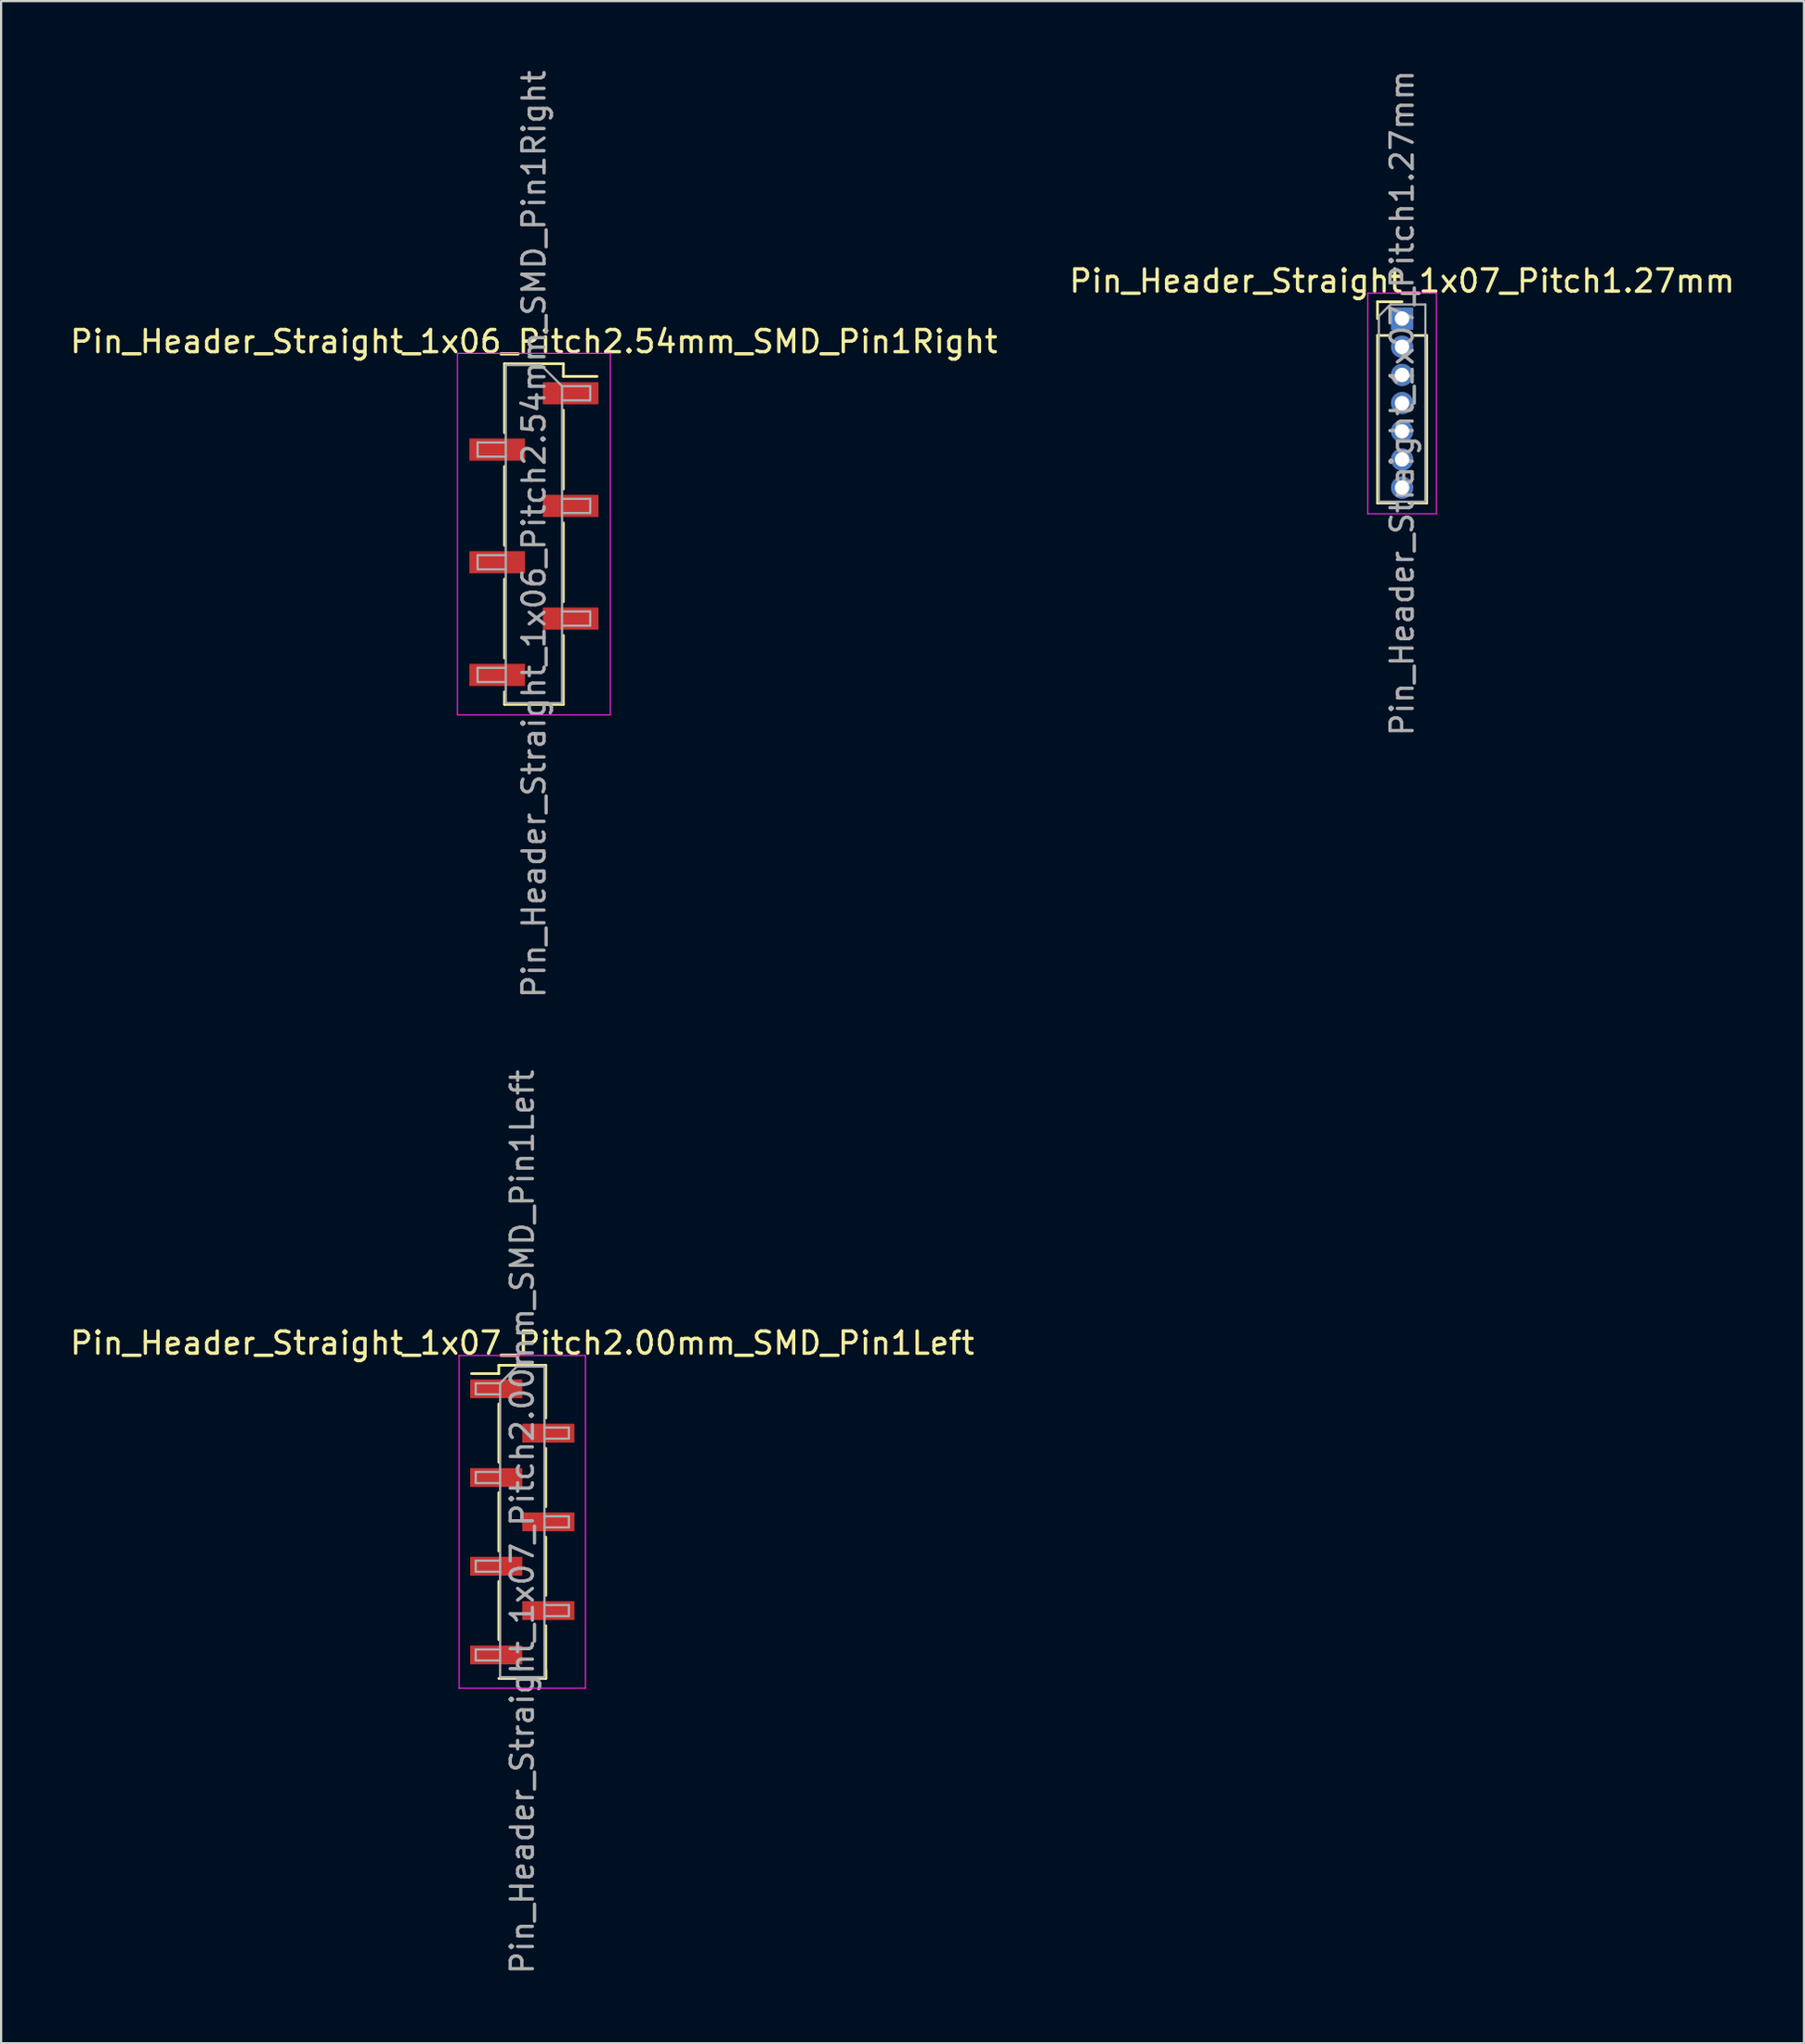
<source format=kicad_pcb>
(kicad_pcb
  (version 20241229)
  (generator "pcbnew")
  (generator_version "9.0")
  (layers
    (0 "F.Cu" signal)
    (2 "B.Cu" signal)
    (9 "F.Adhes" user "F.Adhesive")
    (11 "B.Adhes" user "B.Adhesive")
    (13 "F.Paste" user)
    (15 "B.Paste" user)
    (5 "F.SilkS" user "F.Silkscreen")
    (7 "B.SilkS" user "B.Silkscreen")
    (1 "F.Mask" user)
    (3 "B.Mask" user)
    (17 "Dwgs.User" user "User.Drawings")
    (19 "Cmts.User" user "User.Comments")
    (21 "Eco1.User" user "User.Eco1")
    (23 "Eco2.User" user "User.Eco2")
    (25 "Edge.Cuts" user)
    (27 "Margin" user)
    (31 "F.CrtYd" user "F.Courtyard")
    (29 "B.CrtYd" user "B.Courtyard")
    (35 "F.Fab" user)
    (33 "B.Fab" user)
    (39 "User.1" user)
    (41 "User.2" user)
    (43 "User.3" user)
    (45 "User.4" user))
  (footprint "Pin_Header_Straight_1x06_Pitch2.54mm_SMD_Pin1Right"
    (layer "F.Cu")
    (at 21.03 21.03)
    (property "Reference" "Pin_Header_Straight_1x06_Pitch2.54mm_SMD_Pin1Right" (at 0 -8.68 0) (layer "F.SilkS") (effects (font (size 1 1) (thickness 0.15))))
    (attr smd)
    (fp_line (start -1.33 -7.68) (end -1.33 -4.57) (stroke (width 0.12) (type solid)) (layer "F.SilkS"))
    (fp_line (start -1.33 -7.68) (end 1.33 -7.68) (stroke (width 0.12) (type solid)) (layer "F.SilkS"))
    (fp_line (start -1.33 -3.05) (end -1.33 0.51) (stroke (width 0.12) (type solid)) (layer "F.SilkS"))
    (fp_line (start -1.33 2.03) (end -1.33 5.59) (stroke (width 0.12) (type solid)) (layer "F.SilkS"))
    (fp_line (start -1.33 7.11) (end -1.33 7.68) (stroke (width 0.12) (type solid)) (layer "F.SilkS"))
    (fp_line (start -1.33 7.68) (end 1.33 7.68) (stroke (width 0.12) (type solid)) (layer "F.SilkS"))
    (fp_line (start 1.33 -7.68) (end 1.33 -7.11) (stroke (width 0.12) (type solid)) (layer "F.SilkS"))
    (fp_line (start 1.33 -7.11) (end 2.85 -7.11) (stroke (width 0.12) (type solid)) (layer "F.SilkS"))
    (fp_line (start 1.33 -5.59) (end 1.33 -2.03) (stroke (width 0.12) (type solid)) (layer "F.SilkS"))
    (fp_line (start 1.33 -0.51) (end 1.33 3.05) (stroke (width 0.12) (type solid)) (layer "F.SilkS"))
    (fp_line (start 1.33 4.57) (end 1.33 7.68) (stroke (width 0.12) (type solid)) (layer "F.SilkS"))
    (fp_line (start -3.45 -8.15) (end -3.45 8.15) (stroke (width 0.05) (type solid)) (layer "F.CrtYd"))
    (fp_line (start -3.45 8.15) (end 3.45 8.15) (stroke (width 0.05) (type solid)) (layer "F.CrtYd"))
    (fp_line (start 3.45 -8.15) (end -3.45 -8.15) (stroke (width 0.05) (type solid)) (layer "F.CrtYd"))
    (fp_line (start 3.45 8.15) (end 3.45 -8.15) (stroke (width 0.05) (type solid)) (layer "F.CrtYd"))
    (fp_line (start -2.54 -4.13) (end -2.54 -3.49) (stroke (width 0.1) (type solid)) (layer "F.Fab"))
    (fp_line (start -2.54 -3.49) (end -1.27 -3.49) (stroke (width 0.1) (type solid)) (layer "F.Fab"))
    (fp_line (start -2.54 0.95) (end -2.54 1.59) (stroke (width 0.1) (type solid)) (layer "F.Fab"))
    (fp_line (start -2.54 1.59) (end -1.27 1.59) (stroke (width 0.1) (type solid)) (layer "F.Fab"))
    (fp_line (start -2.54 6.03) (end -2.54 6.67) (stroke (width 0.1) (type solid)) (layer "F.Fab"))
    (fp_line (start -2.54 6.67) (end -1.27 6.67) (stroke (width 0.1) (type solid)) (layer "F.Fab"))
    (fp_line (start -1.27 -7.62) (end -1.27 7.62) (stroke (width 0.1) (type solid)) (layer "F.Fab"))
    (fp_line (start -1.27 -7.62) (end 0.32 -7.62) (stroke (width 0.1) (type solid)) (layer "F.Fab"))
    (fp_line (start -1.27 -4.13) (end -2.54 -4.13) (stroke (width 0.1) (type solid)) (layer "F.Fab"))
    (fp_line (start -1.27 0.95) (end -2.54 0.95) (stroke (width 0.1) (type solid)) (layer "F.Fab"))
    (fp_line (start -1.27 6.03) (end -2.54 6.03) (stroke (width 0.1) (type solid)) (layer "F.Fab"))
    (fp_line (start 1.27 -6.67) (end 0.32 -7.62) (stroke (width 0.1) (type solid)) (layer "F.Fab"))
    (fp_line (start 1.27 -6.67) (end 2.54 -6.67) (stroke (width 0.1) (type solid)) (layer "F.Fab"))
    (fp_line (start 1.27 -1.59) (end 2.54 -1.59) (stroke (width 0.1) (type solid)) (layer "F.Fab"))
    (fp_line (start 1.27 3.49) (end 2.54 3.49) (stroke (width 0.1) (type solid)) (layer "F.Fab"))
    (fp_line (start 1.27 7.62) (end -1.27 7.62) (stroke (width 0.1) (type solid)) (layer "F.Fab"))
    (fp_line (start 1.27 7.62) (end 1.27 -6.67) (stroke (width 0.1) (type solid)) (layer "F.Fab"))
    (fp_line (start 2.54 -6.67) (end 2.54 -6.03) (stroke (width 0.1) (type solid)) (layer "F.Fab"))
    (fp_line (start 2.54 -6.03) (end 1.27 -6.03) (stroke (width 0.1) (type solid)) (layer "F.Fab"))
    (fp_line (start 2.54 -1.59) (end 2.54 -0.95) (stroke (width 0.1) (type solid)) (layer "F.Fab"))
    (fp_line (start 2.54 -0.95) (end 1.27 -0.95) (stroke (width 0.1) (type solid)) (layer "F.Fab"))
    (fp_line (start 2.54 3.49) (end 2.54 4.13) (stroke (width 0.1) (type solid)) (layer "F.Fab"))
    (fp_line (start 2.54 4.13) (end 1.27 4.13) (stroke (width 0.1) (type solid)) (layer "F.Fab"))
    (fp_text user "${REFERENCE}" (at 0 0 90) (layer "F.Fab") (effects (font (size 1 1) (thickness 0.15))))
    (pad "1" smd rect (at 1.655 -6.35) (size 2.51 1) (layers "F.Cu" "F.Mask" "F.Paste"))
    (pad "2" smd rect (at -1.655 -3.81) (size 2.51 1) (layers "F.Cu" "F.Mask" "F.Paste"))
    (pad "3" smd rect (at 1.655 -1.27) (size 2.51 1) (layers "F.Cu" "F.Mask" "F.Paste"))
    (pad "4" smd rect (at -1.655 1.27) (size 2.51 1) (layers "F.Cu" "F.Mask" "F.Paste"))
    (pad "5" smd rect (at 1.655 3.81) (size 2.51 1) (layers "F.Cu" "F.Mask" "F.Paste"))
    (pad "6" smd rect (at -1.655 6.35) (size 2.51 1) (layers "F.Cu" "F.Mask" "F.Paste")))
  (footprint "Pin_Header_Straight_1x07_Pitch2.00mm_SMD_Pin1Left"
    (layer "F.Cu")
    (at 20.506 65.565)
    (property "Reference" "Pin_Header_Straight_1x07_Pitch2.00mm_SMD_Pin1Left" (at 0 -8.06 0) (layer "F.SilkS") (effects (font (size 1 1) (thickness 0.15))))
    (attr smd)
    (fp_line (start -1.06 -7.06) (end -1.06 -6.685) (stroke (width 0.12) (type solid)) (layer "F.SilkS"))
    (fp_line (start -1.06 -7.06) (end 1.06 -7.06) (stroke (width 0.12) (type solid)) (layer "F.SilkS"))
    (fp_line (start -1.06 -6.685) (end -2.29 -6.685) (stroke (width 0.12) (type solid)) (layer "F.SilkS"))
    (fp_line (start -1.06 -5.315) (end -1.06 -2.685) (stroke (width 0.12) (type solid)) (layer "F.SilkS"))
    (fp_line (start -1.06 -1.315) (end -1.06 1.315) (stroke (width 0.12) (type solid)) (layer "F.SilkS"))
    (fp_line (start -1.06 2.685) (end -1.06 5.315) (stroke (width 0.12) (type solid)) (layer "F.SilkS"))
    (fp_line (start -1.06 7.06) (end 1.06 7.06) (stroke (width 0.12) (type solid)) (layer "F.SilkS"))
    (fp_line (start 1.06 -7.06) (end 1.06 -4.685) (stroke (width 0.12) (type solid)) (layer "F.SilkS"))
    (fp_line (start 1.06 -3.315) (end 1.06 -0.685) (stroke (width 0.12) (type solid)) (layer "F.SilkS"))
    (fp_line (start 1.06 0.685) (end 1.06 3.315) (stroke (width 0.12) (type solid)) (layer "F.SilkS"))
    (fp_line (start 1.06 4.685) (end 1.06 7.06) (stroke (width 0.12) (type solid)) (layer "F.SilkS"))
    (fp_line (start 1.06 6.685) (end 1.06 7.06) (stroke (width 0.12) (type solid)) (layer "F.SilkS"))
    (fp_line (start -2.85 -7.5) (end -2.85 7.5) (stroke (width 0.05) (type solid)) (layer "F.CrtYd"))
    (fp_line (start -2.85 7.5) (end 2.85 7.5) (stroke (width 0.05) (type solid)) (layer "F.CrtYd"))
    (fp_line (start 2.85 -7.5) (end -2.85 -7.5) (stroke (width 0.05) (type solid)) (layer "F.CrtYd"))
    (fp_line (start 2.85 7.5) (end 2.85 -7.5) (stroke (width 0.05) (type solid)) (layer "F.CrtYd"))
    (fp_line (start -2.1 -6.25) (end -2.1 -5.75) (stroke (width 0.1) (type solid)) (layer "F.Fab"))
    (fp_line (start -2.1 -5.75) (end -1 -5.75) (stroke (width 0.1) (type solid)) (layer "F.Fab"))
    (fp_line (start -2.1 -2.25) (end -2.1 -1.75) (stroke (width 0.1) (type solid)) (layer "F.Fab"))
    (fp_line (start -2.1 -1.75) (end -1 -1.75) (stroke (width 0.1) (type solid)) (layer "F.Fab"))
    (fp_line (start -2.1 1.75) (end -2.1 2.25) (stroke (width 0.1) (type solid)) (layer "F.Fab"))
    (fp_line (start -2.1 2.25) (end -1 2.25) (stroke (width 0.1) (type solid)) (layer "F.Fab"))
    (fp_line (start -2.1 5.75) (end -2.1 6.25) (stroke (width 0.1) (type solid)) (layer "F.Fab"))
    (fp_line (start -2.1 6.25) (end -1 6.25) (stroke (width 0.1) (type solid)) (layer "F.Fab"))
    (fp_line (start -1 -6.25) (end -2.1 -6.25) (stroke (width 0.1) (type solid)) (layer "F.Fab"))
    (fp_line (start -1 -6.25) (end -0.25 -7) (stroke (width 0.1) (type solid)) (layer "F.Fab"))
    (fp_line (start -1 -2.25) (end -2.1 -2.25) (stroke (width 0.1) (type solid)) (layer "F.Fab"))
    (fp_line (start -1 1.75) (end -2.1 1.75) (stroke (width 0.1) (type solid)) (layer "F.Fab"))
    (fp_line (start -1 5.75) (end -2.1 5.75) (stroke (width 0.1) (type solid)) (layer "F.Fab"))
    (fp_line (start -1 7) (end -1 -6.25) (stroke (width 0.1) (type solid)) (layer "F.Fab"))
    (fp_line (start -0.25 -7) (end 1 -7) (stroke (width 0.1) (type solid)) (layer "F.Fab"))
    (fp_line (start 1 -7) (end 1 7) (stroke (width 0.1) (type solid)) (layer "F.Fab"))
    (fp_line (start 1 -4.25) (end 2.1 -4.25) (stroke (width 0.1) (type solid)) (layer "F.Fab"))
    (fp_line (start 1 -0.25) (end 2.1 -0.25) (stroke (width 0.1) (type solid)) (layer "F.Fab"))
    (fp_line (start 1 3.75) (end 2.1 3.75) (stroke (width 0.1) (type solid)) (layer "F.Fab"))
    (fp_line (start 1 7) (end -1 7) (stroke (width 0.1) (type solid)) (layer "F.Fab"))
    (fp_line (start 2.1 -4.25) (end 2.1 -3.75) (stroke (width 0.1) (type solid)) (layer "F.Fab"))
    (fp_line (start 2.1 -3.75) (end 1 -3.75) (stroke (width 0.1) (type solid)) (layer "F.Fab"))
    (fp_line (start 2.1 -0.25) (end 2.1 0.25) (stroke (width 0.1) (type solid)) (layer "F.Fab"))
    (fp_line (start 2.1 0.25) (end 1 0.25) (stroke (width 0.1) (type solid)) (layer "F.Fab"))
    (fp_line (start 2.1 3.75) (end 2.1 4.25) (stroke (width 0.1) (type solid)) (layer "F.Fab"))
    (fp_line (start 2.1 4.25) (end 1 4.25) (stroke (width 0.1) (type solid)) (layer "F.Fab"))
    (fp_text user "${REFERENCE}" (at 0 0 90) (layer "F.Fab") (effects (font (size 1 1) (thickness 0.15))))
    (pad "1" smd rect (at -1.175 -6) (size 2.35 0.85) (layers "F.Cu" "F.Mask" "F.Paste"))
    (pad "2" smd rect (at 1.175 -4) (size 2.35 0.85) (layers "F.Cu" "F.Mask" "F.Paste"))
    (pad "3" smd rect (at -1.175 -2) (size 2.35 0.85) (layers "F.Cu" "F.Mask" "F.Paste"))
    (pad "4" smd rect (at 1.175 0) (size 2.35 0.85) (layers "F.Cu" "F.Mask" "F.Paste"))
    (pad "5" smd rect (at -1.175 2) (size 2.35 0.85) (layers "F.Cu" "F.Mask" "F.Paste"))
    (pad "6" smd rect (at 1.175 4) (size 2.35 0.85) (layers "F.Cu" "F.Mask" "F.Paste"))
    (pad "7" smd rect (at -1.175 6) (size 2.35 0.85) (layers "F.Cu" "F.Mask" "F.Paste")))
  (footprint "Pin_Header_Straight_1x07_Pitch1.27mm"
    (layer "F.Cu")
    (at 60.185 11.315)
    (property "Reference" "Pin_Header_Straight_1x07_Pitch1.27mm" (at 0 -1.695 0) (layer "F.SilkS") (effects (font (size 1 1) (thickness 0.15))))
    (attr through_hole)
    (fp_line (start -1.11 -0.76) (end 0 -0.76) (stroke (width 0.12) (type solid)) (layer "F.SilkS"))
    (fp_line (start -1.11 0) (end -1.11 -0.76) (stroke (width 0.12) (type solid)) (layer "F.SilkS"))
    (fp_line (start -1.11 0.76) (end -1.11 8.315) (stroke (width 0.12) (type solid)) (layer "F.SilkS"))
    (fp_line (start -1.11 0.76) (end -0.563 0.76) (stroke (width 0.12) (type solid)) (layer "F.SilkS"))
    (fp_line (start -1.11 8.315) (end -0.308 8.315) (stroke (width 0.12) (type solid)) (layer "F.SilkS"))
    (fp_line (start 0.308 8.315) (end 1.11 8.315) (stroke (width 0.12) (type solid)) (layer "F.SilkS"))
    (fp_line (start 0.563 0.76) (end 1.11 0.76) (stroke (width 0.12) (type solid)) (layer "F.SilkS"))
    (fp_line (start 1.11 0.76) (end 1.11 8.315) (stroke (width 0.12) (type solid)) (layer "F.SilkS"))
    (fp_line (start -1.55 -1.15) (end -1.55 8.8) (stroke (width 0.05) (type solid)) (layer "F.CrtYd"))
    (fp_line (start -1.55 8.8) (end 1.55 8.8) (stroke (width 0.05) (type solid)) (layer "F.CrtYd"))
    (fp_line (start 1.55 -1.15) (end -1.55 -1.15) (stroke (width 0.05) (type solid)) (layer "F.CrtYd"))
    (fp_line (start 1.55 8.8) (end 1.55 -1.15) (stroke (width 0.05) (type solid)) (layer "F.CrtYd"))
    (fp_line (start -1.05 -0.11) (end -0.525 -0.635) (stroke (width 0.1) (type solid)) (layer "F.Fab"))
    (fp_line (start -1.05 8.255) (end -1.05 -0.11) (stroke (width 0.1) (type solid)) (layer "F.Fab"))
    (fp_line (start -0.525 -0.635) (end 1.05 -0.635) (stroke (width 0.1) (type solid)) (layer "F.Fab"))
    (fp_line (start 1.05 -0.635) (end 1.05 8.255) (stroke (width 0.1) (type solid)) (layer "F.Fab"))
    (fp_line (start 1.05 8.255) (end -1.05 8.255) (stroke (width 0.1) (type solid)) (layer "F.Fab"))
    (fp_text user "${REFERENCE}" (at 0 3.81 90) (layer "F.Fab") (effects (font (size 1 1) (thickness 0.15))))
    (pad "1" thru_hole rect (at 0 0) (size 1 1) (drill 0.65) (layers "*.Cu" "*.Mask"))
    (pad "2" thru_hole oval (at 0 1.27) (size 1 1) (drill 0.65) (layers "*.Cu" "*.Mask"))
    (pad "3" thru_hole oval (at 0 2.54) (size 1 1) (drill 0.65) (layers "*.Cu" "*.Mask"))
    (pad "4" thru_hole oval (at 0 3.81) (size 1 1) (drill 0.65) (layers "*.Cu" "*.Mask"))
    (pad "5" thru_hole oval (at 0 5.08) (size 1 1) (drill 0.65) (layers "*.Cu" "*.Mask"))
    (pad "6" thru_hole oval (at 0 6.35) (size 1 1) (drill 0.65) (layers "*.Cu" "*.Mask"))
    (pad "7" thru_hole oval (at 0 7.62) (size 1 1) (drill 0.65) (layers "*.Cu" "*.Mask")))
  (gr_rect
    (start -3 -3)
    (end 78.31 89.071)
    (stroke (width 0.1) (type default))
    (fill no)
    (layer "Edge.Cuts")))
</source>
